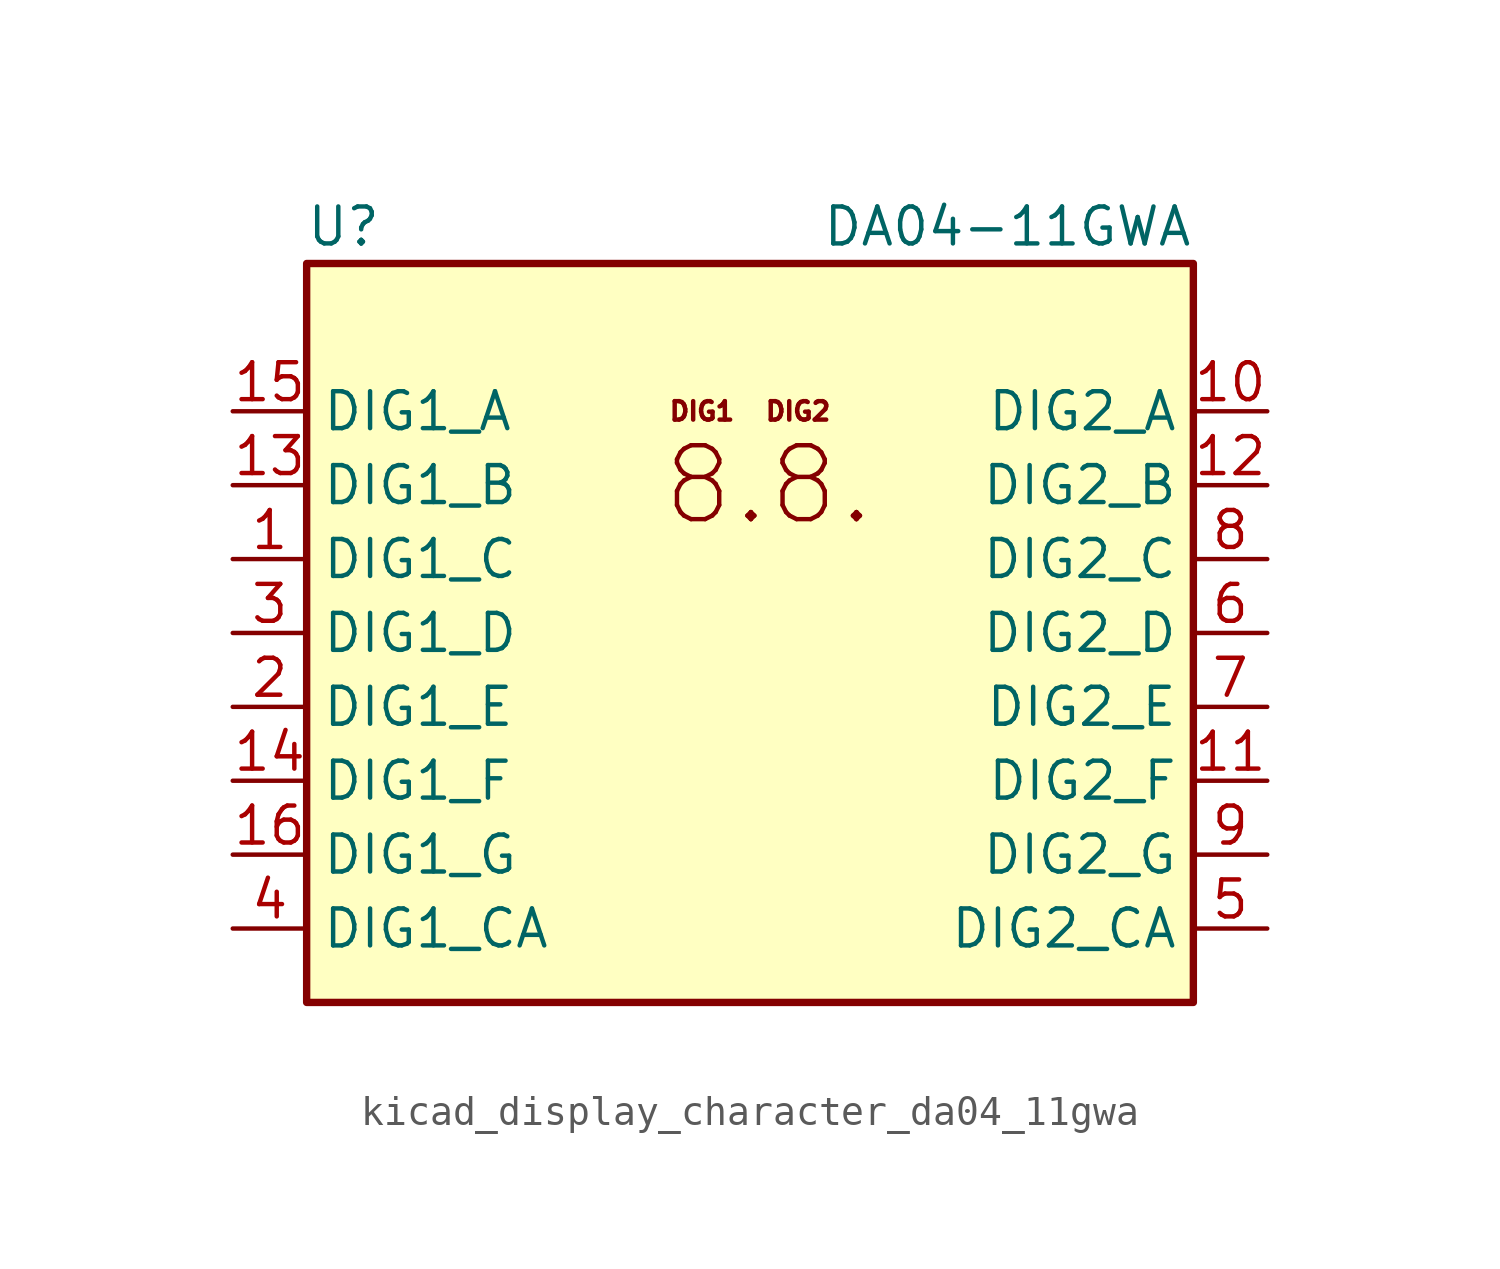
<source format=kicad_sym>
(kicad_symbol_lib
  (version 20220914)
  (generator kicad_symbol_editor)
  (symbol "kicad_display_character_da04_11gwa"
    (property "Reference" "U"
      (at -13.97 13.97 0)
      (effects (font (size 1.27 1.27))))
    (property "Value" "DA04-11GWA"
      (at 15.24 13.97 0)
      (effects (font (size 1.27 1.27)) (justify right)))
    (symbol "kicad_display_character_da04_11gwa_0_0"
      (text "8.8." (at 0.635 5.08 0) (effects (font (size 2.54 2.54))))
      (text "DIG1" (at -1.651 7.62 0) (effects (font (size 0.635 0.635))))
      (text "DIG2" (at 1.651 7.62 0) (effects (font (size 0.635 0.635)))))
    (symbol "kicad_display_character_da04_11gwa_0_1"
      (rectangle (start -15.24 12.7) (end 15.24 -12.7) (stroke (width 0.254) (type default)) (fill (type background))))
    (symbol "kicad_display_character_da04_11gwa_1_1"
      (pin input line (at -17.78 2.54 0) (length 2.54) (name "DIG1_C" (effects (font (size 1.27 1.27)))) (number "1" (effects (font (size 1.27 1.27)))))
      (pin input line (at 17.78 7.62 180) (length 2.54) (name "DIG2_A" (effects (font (size 1.27 1.27)))) (number "10" (effects (font (size 1.27 1.27)))))
      (pin input line (at 17.78 -5.08 180) (length 2.54) (name "DIG2_F" (effects (font (size 1.27 1.27)))) (number "11" (effects (font (size 1.27 1.27)))))
      (pin input line (at 17.78 5.08 180) (length 2.54) (name "DIG2_B" (effects (font (size 1.27 1.27)))) (number "12" (effects (font (size 1.27 1.27)))))
      (pin input line (at -17.78 5.08 0) (length 2.54) (name "DIG1_B" (effects (font (size 1.27 1.27)))) (number "13" (effects (font (size 1.27 1.27)))))
      (pin input line (at -17.78 -5.08 0) (length 2.54) (name "DIG1_F" (effects (font (size 1.27 1.27)))) (number "14" (effects (font (size 1.27 1.27)))))
      (pin input line (at -17.78 7.62 0) (length 2.54) (name "DIG1_A" (effects (font (size 1.27 1.27)))) (number "15" (effects (font (size 1.27 1.27)))))
      (pin input line (at -17.78 -7.62 0) (length 2.54) (name "DIG1_G" (effects (font (size 1.27 1.27)))) (number "16" (effects (font (size 1.27 1.27)))))
      (pin input line (at -17.78 -2.54 0) (length 2.54) (name "DIG1_E" (effects (font (size 1.27 1.27)))) (number "2" (effects (font (size 1.27 1.27)))))
      (pin input line (at -17.78 0 0) (length 2.54) (name "DIG1_D" (effects (font (size 1.27 1.27)))) (number "3" (effects (font (size 1.27 1.27)))))
      (pin input line (at -17.78 -10.16 0) (length 2.54) (name "DIG1_CA" (effects (font (size 1.27 1.27)))) (number "4" (effects (font (size 1.27 1.27)))))
      (pin input line (at 17.78 -10.16 180) (length 2.54) (name "DIG2_CA" (effects (font (size 1.27 1.27)))) (number "5" (effects (font (size 1.27 1.27)))))
      (pin input line (at 17.78 0 180) (length 2.54) (name "DIG2_D" (effects (font (size 1.27 1.27)))) (number "6" (effects (font (size 1.27 1.27)))))
      (pin input line (at 17.78 -2.54 180) (length 2.54) (name "DIG2_E" (effects (font (size 1.27 1.27)))) (number "7" (effects (font (size 1.27 1.27)))))
      (pin input line (at 17.78 2.54 180) (length 2.54) (name "DIG2_C" (effects (font (size 1.27 1.27)))) (number "8" (effects (font (size 1.27 1.27)))))
      (pin input line (at 17.78 -7.62 180) (length 2.54) (name "DIG2_G" (effects (font (size 1.27 1.27)))) (number "9" (effects (font (size 1.27 1.27))))))))
</source>
